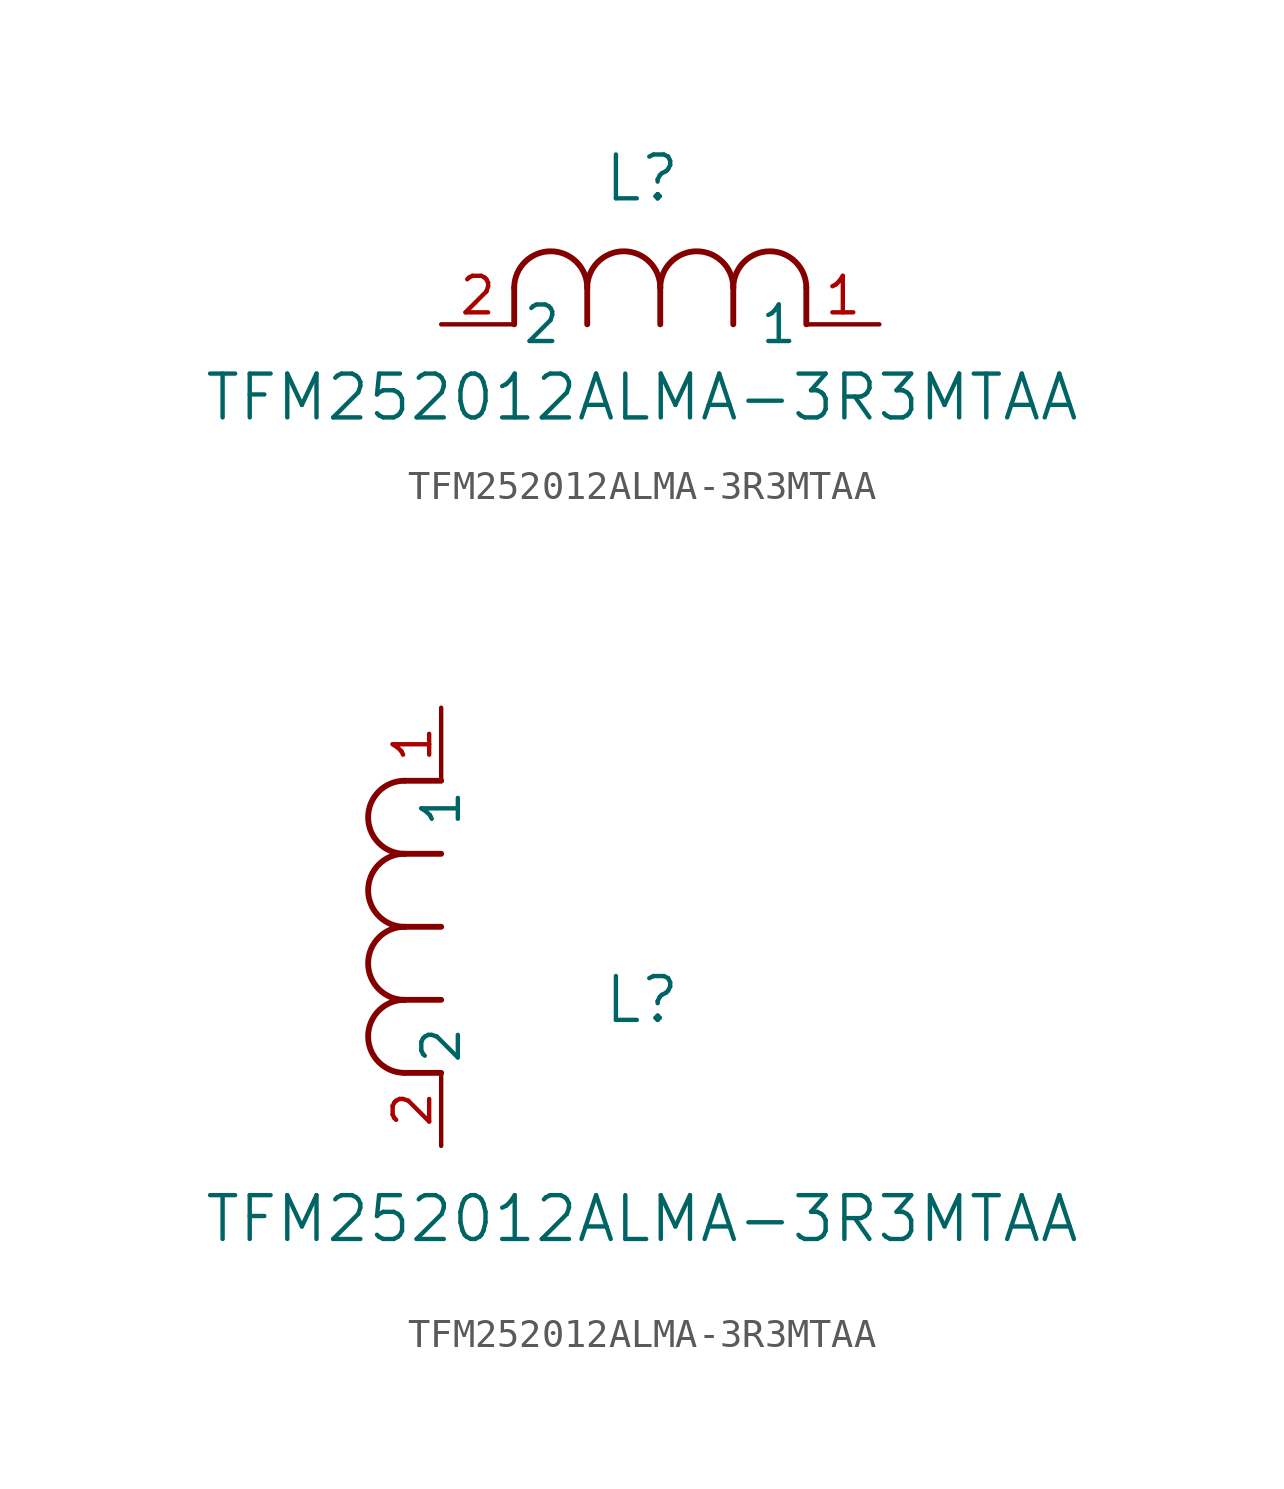
<source format=kicad_sym>
(kicad_symbol_lib
  (version 20211014)
  (generator kicad_symbol_editor)
  (symbol "TFM252012ALMA-3R3MTAA"
    (pin_names
      (offset 0.254))
    (property "Reference" "L"
      (at 6.985 5.08 0)
      (effects (font (size 1.524 1.524))))
    (property "Value" "TFM252012ALMA-3R3MTAA"
      (at 6.985 -2.54 0)
      (effects (font (size 1.524 1.524))))
    (symbol "TFM252012ALMA-3R3MTAA_1_1"
      (arc (start 7.62 1.27) (mid 6.35 2.54) (end 5.08 1.27) (stroke (width 0.2032) (type default) (color 0 0 0 0)) (fill (type none)))
      (polyline (pts (xy 5.08 0) (xy 5.08 1.27)) (stroke (width 0.203) (type default) (color 0 0 0 0)) (fill (type none)))
      (polyline (pts (xy 7.62 0) (xy 7.62 1.27)) (stroke (width 0.203) (type default) (color 0 0 0 0)) (fill (type none)))
      (polyline (pts (xy 12.7 0) (xy 12.7 1.27)) (stroke (width 0.203) (type default) (color 0 0 0 0)) (fill (type none)))
      (arc (start 5.08 1.27) (mid 3.81 2.54) (end 2.54 1.27) (stroke (width 0.2032) (type default) (color 0 0 0 0)) (fill (type none)))
      (arc (start 10.16 1.27) (mid 8.89 2.54) (end 7.62 1.27) (stroke (width 0.2032) (type default) (color 0 0 0 0)) (fill (type none)))
      (arc (start 12.7 1.27) (mid 11.43 2.54) (end 10.16 1.27) (stroke (width 0.2032) (type default) (color 0 0 0 0)) (fill (type none)))
      (polyline (pts (xy 2.54 0) (xy 2.54 1.27)) (stroke (width 0.203) (type default) (color 0 0 0 0)) (fill (type none)))
      (polyline (pts (xy 10.16 0) (xy 10.16 1.27)) (stroke (width 0.203) (type default) (color 0 0 0 0)) (fill (type none)))
      (pin unspecified line (at 0 0 0) (length 2.54) (name "2" (effects (font (size 1.27 1.27)))) (number "2" (effects (font (size 1.27 1.27)))))
      (pin unspecified line (at 15.24 0 180) (length 2.54) (name "1" (effects (font (size 1.27 1.27)))) (number "1" (effects (font (size 1.27 1.27))))))
    (symbol "TFM252012ALMA-3R3MTAA_1_2"
      (arc (start -1.27 7.62) (mid -2.54 6.35) (end -1.27 5.08) (stroke (width 0.2032) (type default) (color 0 0 0 0)) (fill (type none)))
      (arc (start -1.27 5.08) (mid -2.54 3.81) (end -1.27 2.54) (stroke (width 0.2032) (type default) (color 0 0 0 0)) (fill (type none)))
      (arc (start -1.27 12.7) (mid -2.54 11.43) (end -1.27 10.16) (stroke (width 0.2032) (type default) (color 0 0 0 0)) (fill (type none)))
      (arc (start -1.27 10.16) (mid -2.54 8.89) (end -1.27 7.62) (stroke (width 0.2032) (type default) (color 0 0 0 0)) (fill (type none)))
      (polyline (pts (xy 0 7.62) (xy -1.27 7.62)) (stroke (width 0.203) (type default) (color 0 0 0 0)) (fill (type none)))
      (polyline (pts (xy 0 5.08) (xy -1.27 5.08)) (stroke (width 0.203) (type default) (color 0 0 0 0)) (fill (type none)))
      (polyline (pts (xy 0 12.7) (xy -1.27 12.7)) (stroke (width 0.203) (type default) (color 0 0 0 0)) (fill (type none)))
      (polyline (pts (xy 0 2.54) (xy -1.27 2.54)) (stroke (width 0.203) (type default) (color 0 0 0 0)) (fill (type none)))
      (polyline (pts (xy 0 10.16) (xy -1.27 10.16)) (stroke (width 0.203) (type default) (color 0 0 0 0)) (fill (type none)))
      (pin unspecified line (at 0 0 90) (length 2.54) (name "2" (effects (font (size 1.27 1.27)))) (number "2" (effects (font (size 1.27 1.27)))))
      (pin unspecified line (at 0 15.24 270) (length 2.54) (name "1" (effects (font (size 1.27 1.27)))) (number "1" (effects (font (size 1.27 1.27))))))))
</source>
